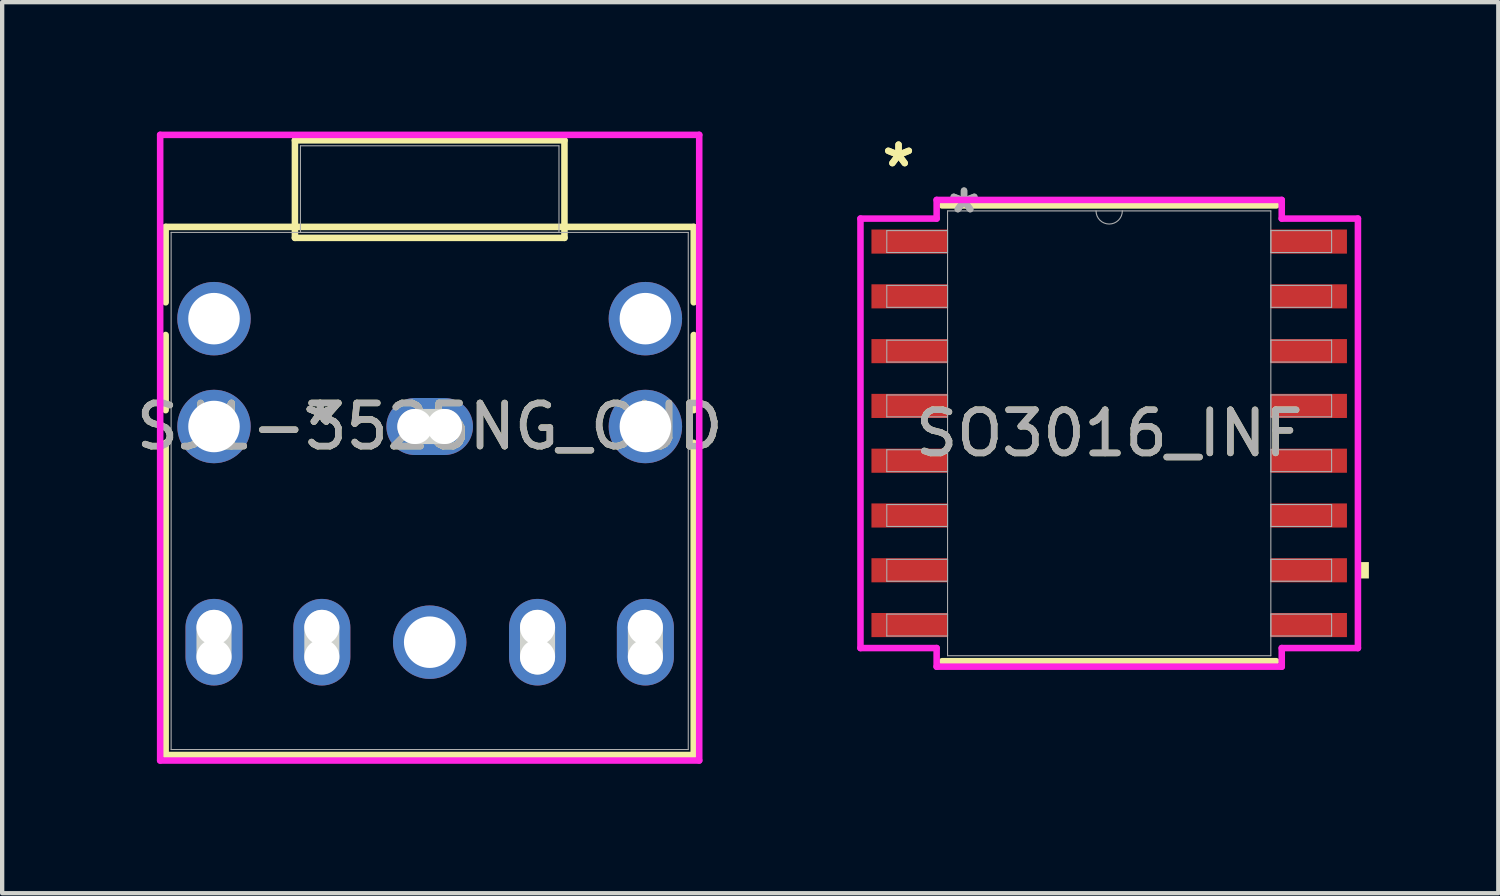
<source format=kicad_pcb>
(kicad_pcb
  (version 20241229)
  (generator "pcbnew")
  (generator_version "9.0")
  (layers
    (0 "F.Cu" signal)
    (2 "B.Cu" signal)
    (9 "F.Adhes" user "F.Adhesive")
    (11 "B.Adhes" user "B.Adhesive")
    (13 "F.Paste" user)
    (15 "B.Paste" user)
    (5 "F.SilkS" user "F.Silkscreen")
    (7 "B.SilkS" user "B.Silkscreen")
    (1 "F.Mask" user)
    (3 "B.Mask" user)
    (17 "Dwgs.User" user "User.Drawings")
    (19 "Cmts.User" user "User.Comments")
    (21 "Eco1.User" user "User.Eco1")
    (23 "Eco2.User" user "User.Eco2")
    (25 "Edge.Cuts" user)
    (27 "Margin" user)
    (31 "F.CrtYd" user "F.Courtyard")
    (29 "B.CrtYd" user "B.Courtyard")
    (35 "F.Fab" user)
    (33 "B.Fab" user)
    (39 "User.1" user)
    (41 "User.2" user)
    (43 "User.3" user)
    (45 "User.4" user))
  (footprint "SO3016_INF"
    (layer "F.Cu")
    (at 22.663 6.995)
    (property "Reference" "SO3016_INF" (at 0 0 0) (unlocked yes) (layer "F.SilkS") (effects (font (size 1 1) (thickness 0.15))))
    (attr smd)
    (fp_line (start -3.873 5.283) (end 3.873 5.283) (stroke (width 0.152) (type solid)) (layer "F.SilkS"))
    (fp_line (start 3.873 -5.283) (end -3.873 -5.283) (stroke (width 0.152) (type solid)) (layer "F.SilkS"))
    (fp_poly (pts (xy 6.02 2.985) (xy 6.02 3.365) (xy 5.766 3.365) (xy 5.766 2.985)) (stroke (width 0) (type solid)) (fill yes) (layer "F.SilkS"))
    (fp_line (start -5.766 -4.978) (end -4 -4.978) (stroke (width 0.152) (type solid)) (layer "F.CrtYd"))
    (fp_line (start -5.766 4.978) (end -5.766 -4.978) (stroke (width 0.152) (type solid)) (layer "F.CrtYd"))
    (fp_line (start -5.766 4.978) (end -4 4.978) (stroke (width 0.152) (type solid)) (layer "F.CrtYd"))
    (fp_line (start -4 -5.41) (end 4 -5.41) (stroke (width 0.152) (type solid)) (layer "F.CrtYd"))
    (fp_line (start -4 -4.978) (end -4 -5.41) (stroke (width 0.152) (type solid)) (layer "F.CrtYd"))
    (fp_line (start -4 5.41) (end -4 4.978) (stroke (width 0.152) (type solid)) (layer "F.CrtYd"))
    (fp_line (start 4 -5.41) (end 4 -4.978) (stroke (width 0.152) (type solid)) (layer "F.CrtYd"))
    (fp_line (start 4 4.978) (end 4 5.41) (stroke (width 0.152) (type solid)) (layer "F.CrtYd"))
    (fp_line (start 4 5.41) (end -4 5.41) (stroke (width 0.152) (type solid)) (layer "F.CrtYd"))
    (fp_line (start 5.766 -4.978) (end 4 -4.978) (stroke (width 0.152) (type solid)) (layer "F.CrtYd"))
    (fp_line (start 5.766 -4.978) (end 5.766 4.978) (stroke (width 0.152) (type solid)) (layer "F.CrtYd"))
    (fp_line (start 5.766 4.978) (end 4 4.978) (stroke (width 0.152) (type solid)) (layer "F.CrtYd"))
    (fp_line (start -5.156 -4.699) (end -5.156 -4.191) (stroke (width 0.025) (type solid)) (layer "F.Fab"))
    (fp_line (start -5.156 -4.191) (end -3.747 -4.191) (stroke (width 0.025) (type solid)) (layer "F.Fab"))
    (fp_line (start -5.156 -3.429) (end -5.156 -2.921) (stroke (width 0.025) (type solid)) (layer "F.Fab"))
    (fp_line (start -5.156 -2.921) (end -3.747 -2.921) (stroke (width 0.025) (type solid)) (layer "F.Fab"))
    (fp_line (start -5.156 -2.159) (end -5.156 -1.651) (stroke (width 0.025) (type solid)) (layer "F.Fab"))
    (fp_line (start -5.156 -1.651) (end -3.747 -1.651) (stroke (width 0.025) (type solid)) (layer "F.Fab"))
    (fp_line (start -5.156 -0.889) (end -5.156 -0.381) (stroke (width 0.025) (type solid)) (layer "F.Fab"))
    (fp_line (start -5.156 -0.381) (end -3.747 -0.381) (stroke (width 0.025) (type solid)) (layer "F.Fab"))
    (fp_line (start -5.156 0.381) (end -5.156 0.889) (stroke (width 0.025) (type solid)) (layer "F.Fab"))
    (fp_line (start -5.156 0.889) (end -3.747 0.889) (stroke (width 0.025) (type solid)) (layer "F.Fab"))
    (fp_line (start -5.156 1.651) (end -5.156 2.159) (stroke (width 0.025) (type solid)) (layer "F.Fab"))
    (fp_line (start -5.156 2.159) (end -3.747 2.159) (stroke (width 0.025) (type solid)) (layer "F.Fab"))
    (fp_line (start -5.156 2.921) (end -5.156 3.429) (stroke (width 0.025) (type solid)) (layer "F.Fab"))
    (fp_line (start -5.156 3.429) (end -3.747 3.429) (stroke (width 0.025) (type solid)) (layer "F.Fab"))
    (fp_line (start -5.156 4.191) (end -5.156 4.699) (stroke (width 0.025) (type solid)) (layer "F.Fab"))
    (fp_line (start -5.156 4.699) (end -3.747 4.699) (stroke (width 0.025) (type solid)) (layer "F.Fab"))
    (fp_line (start -3.747 -5.156) (end -3.747 5.156) (stroke (width 0.025) (type solid)) (layer "F.Fab"))
    (fp_line (start -3.747 -4.699) (end -5.156 -4.699) (stroke (width 0.025) (type solid)) (layer "F.Fab"))
    (fp_line (start -3.747 -4.191) (end -3.747 -4.699) (stroke (width 0.025) (type solid)) (layer "F.Fab"))
    (fp_line (start -3.747 -3.429) (end -5.156 -3.429) (stroke (width 0.025) (type solid)) (layer "F.Fab"))
    (fp_line (start -3.747 -2.921) (end -3.747 -3.429) (stroke (width 0.025) (type solid)) (layer "F.Fab"))
    (fp_line (start -3.747 -2.159) (end -5.156 -2.159) (stroke (width 0.025) (type solid)) (layer "F.Fab"))
    (fp_line (start -3.747 -1.651) (end -3.747 -2.159) (stroke (width 0.025) (type solid)) (layer "F.Fab"))
    (fp_line (start -3.747 -0.889) (end -5.156 -0.889) (stroke (width 0.025) (type solid)) (layer "F.Fab"))
    (fp_line (start -3.747 -0.381) (end -3.747 -0.889) (stroke (width 0.025) (type solid)) (layer "F.Fab"))
    (fp_line (start -3.747 0.381) (end -5.156 0.381) (stroke (width 0.025) (type solid)) (layer "F.Fab"))
    (fp_line (start -3.747 0.889) (end -3.747 0.381) (stroke (width 0.025) (type solid)) (layer "F.Fab"))
    (fp_line (start -3.747 1.651) (end -5.156 1.651) (stroke (width 0.025) (type solid)) (layer "F.Fab"))
    (fp_line (start -3.747 2.159) (end -3.747 1.651) (stroke (width 0.025) (type solid)) (layer "F.Fab"))
    (fp_line (start -3.747 2.921) (end -5.156 2.921) (stroke (width 0.025) (type solid)) (layer "F.Fab"))
    (fp_line (start -3.747 3.429) (end -3.747 2.921) (stroke (width 0.025) (type solid)) (layer "F.Fab"))
    (fp_line (start -3.747 4.191) (end -5.156 4.191) (stroke (width 0.025) (type solid)) (layer "F.Fab"))
    (fp_line (start -3.747 4.699) (end -3.747 4.191) (stroke (width 0.025) (type solid)) (layer "F.Fab"))
    (fp_line (start -3.747 5.156) (end 3.747 5.156) (stroke (width 0.025) (type solid)) (layer "F.Fab"))
    (fp_line (start 3.747 -5.156) (end -3.747 -5.156) (stroke (width 0.025) (type solid)) (layer "F.Fab"))
    (fp_line (start 3.747 -4.699) (end 3.747 -4.191) (stroke (width 0.025) (type solid)) (layer "F.Fab"))
    (fp_line (start 3.747 -4.191) (end 5.156 -4.191) (stroke (width 0.025) (type solid)) (layer "F.Fab"))
    (fp_line (start 3.747 -3.429) (end 3.747 -2.921) (stroke (width 0.025) (type solid)) (layer "F.Fab"))
    (fp_line (start 3.747 -2.921) (end 5.156 -2.921) (stroke (width 0.025) (type solid)) (layer "F.Fab"))
    (fp_line (start 3.747 -2.159) (end 3.747 -1.651) (stroke (width 0.025) (type solid)) (layer "F.Fab"))
    (fp_line (start 3.747 -1.651) (end 5.156 -1.651) (stroke (width 0.025) (type solid)) (layer "F.Fab"))
    (fp_line (start 3.747 -0.889) (end 3.747 -0.381) (stroke (width 0.025) (type solid)) (layer "F.Fab"))
    (fp_line (start 3.747 -0.381) (end 5.156 -0.381) (stroke (width 0.025) (type solid)) (layer "F.Fab"))
    (fp_line (start 3.747 0.381) (end 3.747 0.889) (stroke (width 0.025) (type solid)) (layer "F.Fab"))
    (fp_line (start 3.747 0.889) (end 5.156 0.889) (stroke (width 0.025) (type solid)) (layer "F.Fab"))
    (fp_line (start 3.747 1.651) (end 3.747 2.159) (stroke (width 0.025) (type solid)) (layer "F.Fab"))
    (fp_line (start 3.747 2.159) (end 5.156 2.159) (stroke (width 0.025) (type solid)) (layer "F.Fab"))
    (fp_line (start 3.747 2.921) (end 3.747 3.429) (stroke (width 0.025) (type solid)) (layer "F.Fab"))
    (fp_line (start 3.747 3.429) (end 5.156 3.429) (stroke (width 0.025) (type solid)) (layer "F.Fab"))
    (fp_line (start 3.747 4.191) (end 3.747 4.699) (stroke (width 0.025) (type solid)) (layer "F.Fab"))
    (fp_line (start 3.747 4.699) (end 5.156 4.699) (stroke (width 0.025) (type solid)) (layer "F.Fab"))
    (fp_line (start 3.747 5.156) (end 3.747 -5.156) (stroke (width 0.025) (type solid)) (layer "F.Fab"))
    (fp_line (start 5.156 -4.699) (end 3.747 -4.699) (stroke (width 0.025) (type solid)) (layer "F.Fab"))
    (fp_line (start 5.156 -4.191) (end 5.156 -4.699) (stroke (width 0.025) (type solid)) (layer "F.Fab"))
    (fp_line (start 5.156 -3.429) (end 3.747 -3.429) (stroke (width 0.025) (type solid)) (layer "F.Fab"))
    (fp_line (start 5.156 -2.921) (end 5.156 -3.429) (stroke (width 0.025) (type solid)) (layer "F.Fab"))
    (fp_line (start 5.156 -2.159) (end 3.747 -2.159) (stroke (width 0.025) (type solid)) (layer "F.Fab"))
    (fp_line (start 5.156 -1.651) (end 5.156 -2.159) (stroke (width 0.025) (type solid)) (layer "F.Fab"))
    (fp_line (start 5.156 -0.889) (end 3.747 -0.889) (stroke (width 0.025) (type solid)) (layer "F.Fab"))
    (fp_line (start 5.156 -0.381) (end 5.156 -0.889) (stroke (width 0.025) (type solid)) (layer "F.Fab"))
    (fp_line (start 5.156 0.381) (end 3.747 0.381) (stroke (width 0.025) (type solid)) (layer "F.Fab"))
    (fp_line (start 5.156 0.889) (end 5.156 0.381) (stroke (width 0.025) (type solid)) (layer "F.Fab"))
    (fp_line (start 5.156 1.651) (end 3.747 1.651) (stroke (width 0.025) (type solid)) (layer "F.Fab"))
    (fp_line (start 5.156 2.159) (end 5.156 1.651) (stroke (width 0.025) (type solid)) (layer "F.Fab"))
    (fp_line (start 5.156 2.921) (end 3.747 2.921) (stroke (width 0.025) (type solid)) (layer "F.Fab"))
    (fp_line (start 5.156 3.429) (end 5.156 2.921) (stroke (width 0.025) (type solid)) (layer "F.Fab"))
    (fp_line (start 5.156 4.191) (end 3.747 4.191) (stroke (width 0.025) (type solid)) (layer "F.Fab"))
    (fp_line (start 5.156 4.699) (end 5.156 4.191) (stroke (width 0.025) (type solid)) (layer "F.Fab"))
    (fp_arc (start 0.3048 -5.1562) (mid 0 -4.8514) (end -0.3048 -5.1562) (stroke (width 0.0254) (type solid)) (layer "F.Fab"))
    (fp_text user "*" (at -4.883 -6.147 0) (unlocked yes) (layer "F.SilkS") (effects (font (size 1 1) (thickness 0.15))))
    (fp_text user "*" (at -4.883 -6.147 0) (layer "F.SilkS") (effects (font (size 1 1) (thickness 0.15))))
    (fp_text user "*" (at -3.365 -5.08 0) (unlocked yes) (layer "F.Fab") (effects (font (size 1 1) (thickness 0.15))))
    (fp_text user "${REFERENCE}" (at 0 0 0) (unlocked yes) (layer "F.Fab") (effects (font (size 1 1) (thickness 0.15))))
    (fp_text user "*" (at -3.365 -5.08 0) (layer "F.Fab") (effects (font (size 1 1) (thickness 0.15))))
    (pad "1" smd rect (at -4.629 -4.445) (size 1.765 0.559) (layers "F.Cu" "F.Mask" "F.Paste"))
    (pad "2" smd rect (at -4.629 -3.175) (size 1.765 0.559) (layers "F.Cu" "F.Mask" "F.Paste"))
    (pad "3" smd rect (at -4.629 -1.905) (size 1.765 0.559) (layers "F.Cu" "F.Mask" "F.Paste"))
    (pad "4" smd rect (at -4.629 -0.635) (size 1.765 0.559) (layers "F.Cu" "F.Mask" "F.Paste"))
    (pad "5" smd rect (at -4.629 0.635) (size 1.765 0.559) (layers "F.Cu" "F.Mask" "F.Paste"))
    (pad "6" smd rect (at -4.629 1.905) (size 1.765 0.559) (layers "F.Cu" "F.Mask" "F.Paste"))
    (pad "7" smd rect (at -4.629 3.175) (size 1.765 0.559) (layers "F.Cu" "F.Mask" "F.Paste"))
    (pad "8" smd rect (at -4.629 4.445) (size 1.765 0.559) (layers "F.Cu" "F.Mask" "F.Paste"))
    (pad "9" smd rect (at 4.629 4.445) (size 1.765 0.559) (layers "F.Cu" "F.Mask" "F.Paste"))
    (pad "10" smd rect (at 4.629 3.175) (size 1.765 0.559) (layers "F.Cu" "F.Mask" "F.Paste"))
    (pad "11" smd rect (at 4.629 1.905) (size 1.765 0.559) (layers "F.Cu" "F.Mask" "F.Paste"))
    (pad "12" smd rect (at 4.629 0.635) (size 1.765 0.559) (layers "F.Cu" "F.Mask" "F.Paste"))
    (pad "13" smd rect (at 4.629 -0.635) (size 1.765 0.559) (layers "F.Cu" "F.Mask" "F.Paste"))
    (pad "14" smd rect (at 4.629 -1.905) (size 1.765 0.559) (layers "F.Cu" "F.Mask" "F.Paste"))
    (pad "15" smd rect (at 4.629 -3.175) (size 1.765 0.559) (layers "F.Cu" "F.Mask" "F.Paste"))
    (pad "16" smd rect (at 4.629 -4.445) (size 1.765 0.559) (layers "F.Cu" "F.Mask" "F.Paste")))
  (footprint "SJ1-3525NG_CUD"
    (layer "F.Cu")
    (at 6.911 6.837)
    (property "Reference" "SJ1-3525NG_CUD" (at 0 0 0) (unlocked yes) (layer "F.SilkS") (effects (font (size 1 1) (thickness 0.15))))
    (attr through_hole)
    (fp_line (start -6.121 -4.627) (end -6.121 -2.879) (stroke (width 0.152) (type solid)) (layer "F.SilkS"))
    (fp_line (start -6.121 -2.121) (end -6.121 -0.379) (stroke (width 0.152) (type solid)) (layer "F.SilkS"))
    (fp_line (start -6.121 0.379) (end -6.121 7.616) (stroke (width 0.152) (type solid)) (layer "F.SilkS"))
    (fp_line (start -6.121 7.616) (end 6.121 7.616) (stroke (width 0.152) (type solid)) (layer "F.SilkS"))
    (fp_line (start -3.124 -6.634) (end -3.124 -4.373) (stroke (width 0.152) (type solid)) (layer "F.SilkS"))
    (fp_line (start -3.124 -4.373) (end 3.124 -4.373) (stroke (width 0.152) (type solid)) (layer "F.SilkS"))
    (fp_line (start 3.124 -6.634) (end -3.124 -6.634) (stroke (width 0.152) (type solid)) (layer "F.SilkS"))
    (fp_line (start 3.124 -4.373) (end 3.124 -6.634) (stroke (width 0.152) (type solid)) (layer "F.SilkS"))
    (fp_line (start 6.121 -4.627) (end -6.121 -4.627) (stroke (width 0.152) (type solid)) (layer "F.SilkS"))
    (fp_line (start 6.121 -2.879) (end 6.121 -4.627) (stroke (width 0.152) (type solid)) (layer "F.SilkS"))
    (fp_line (start 6.121 -0.379) (end 6.121 -2.121) (stroke (width 0.152) (type solid)) (layer "F.SilkS"))
    (fp_line (start 6.121 7.616) (end 6.121 0.379) (stroke (width 0.152) (type solid)) (layer "F.SilkS"))
    (fp_line (start -5 5.343) (end -5 4.657) (stroke (width 0.813) (type solid)) (layer "Edge.Cuts"))
    (fp_line (start -2.5 5.343) (end -2.5 4.657) (stroke (width 0.813) (type solid)) (layer "Edge.Cuts"))
    (fp_line (start -0.343 0) (end 0.343 0) (stroke (width 0.813) (type solid)) (layer "Edge.Cuts"))
    (fp_line (start 2.5 5.343) (end 2.5 4.657) (stroke (width 0.813) (type solid)) (layer "Edge.Cuts"))
    (fp_line (start 5 5.343) (end 5 4.657) (stroke (width 0.813) (type solid)) (layer "Edge.Cuts"))
    (fp_line (start -6.248 -6.761) (end -6.248 7.743) (stroke (width 0.152) (type solid)) (layer "F.CrtYd"))
    (fp_line (start -6.248 7.743) (end 6.248 7.743) (stroke (width 0.152) (type solid)) (layer "F.CrtYd"))
    (fp_line (start 6.248 -6.761) (end -6.248 -6.761) (stroke (width 0.152) (type solid)) (layer "F.CrtYd"))
    (fp_line (start 6.248 7.743) (end 6.248 -6.761) (stroke (width 0.152) (type solid)) (layer "F.CrtYd"))
    (fp_line (start -5.994 -4.5) (end -5.994 7.489) (stroke (width 0.025) (type solid)) (layer "F.Fab"))
    (fp_line (start -5.994 7.489) (end 5.994 7.489) (stroke (width 0.025) (type solid)) (layer "F.Fab"))
    (fp_line (start -2.997 -6.507) (end -2.997 -4.5) (stroke (width 0.025) (type solid)) (layer "F.Fab"))
    (fp_line (start -2.997 -4.5) (end 2.997 -4.5) (stroke (width 0.025) (type solid)) (layer "F.Fab"))
    (fp_line (start 2.997 -6.507) (end -2.997 -6.507) (stroke (width 0.025) (type solid)) (layer "F.Fab"))
    (fp_line (start 2.997 -4.5) (end 2.997 -6.507) (stroke (width 0.025) (type solid)) (layer "F.Fab"))
    (fp_line (start 5.994 -4.5) (end -5.994 -4.5) (stroke (width 0.025) (type solid)) (layer "F.Fab"))
    (fp_line (start 5.994 7.489) (end 5.994 -4.5) (stroke (width 0.025) (type solid)) (layer "F.Fab"))
    (fp_text user "*" (at -2.54 0 0) (unlocked yes) (layer "F.SilkS") (effects (font (size 1 1) (thickness 0.15))))
    (fp_text user "*" (at -2.54 0 0) (layer "F.SilkS") (effects (font (size 1 1) (thickness 0.15))))
    (fp_text user "${REFERENCE}" (at 0 0 0) (unlocked yes) (layer "F.Fab") (effects (font (size 1 1) (thickness 0.15))))
    (fp_text user "*" (at -2.54 0 0) (layer "F.Fab") (effects (font (size 1 1) (thickness 0.15))))
    (fp_text user "*" (at -2.54 0 0) (unlocked yes) (layer "F.Fab") (effects (font (size 1 1) (thickness 0.15))))
    (pad "" np_thru_hole circle (at -5 4.657) (size 0.813 0.813) (drill 0.813) (layers "*.Cu" "*.Mask"))
    (pad "" np_thru_hole circle (at -5 5.343) (size 0.813 0.813) (drill 0.813) (layers "*.Cu" "*.Mask"))
    (pad "" np_thru_hole circle (at -2.5 4.657) (size 0.813 0.813) (drill 0.813) (layers "*.Cu" "*.Mask"))
    (pad "" np_thru_hole circle (at -2.5 5.343) (size 0.813 0.813) (drill 0.813) (layers "*.Cu" "*.Mask"))
    (pad "" np_thru_hole circle (at -0.343 0) (size 0.813 0.813) (drill 0.813) (layers "*.Cu" "*.Mask"))
    (pad "" np_thru_hole circle (at 0.343 0) (size 0.813 0.813) (drill 0.813) (layers "*.Cu" "*.Mask"))
    (pad "" np_thru_hole circle (at 2.5 4.657) (size 0.813 0.813) (drill 0.813) (layers "*.Cu" "*.Mask"))
    (pad "" np_thru_hole circle (at 2.5 5.343) (size 0.813 0.813) (drill 0.813) (layers "*.Cu" "*.Mask"))
    (pad "" np_thru_hole circle (at 5 4.657) (size 0.813 0.813) (drill 0.813) (layers "*.Cu" "*.Mask"))
    (pad "" np_thru_hole circle (at 5 5.343) (size 0.813 0.813) (drill 0.813) (layers "*.Cu" "*.Mask"))
    (pad "1" thru_hole oval (at 0 0) (size 2.007 1.321) (drill 0.025) (layers "*.Cu" "*.Mask"))
    (pad "2" thru_hole oval (at -5 5 90) (size 2.007 1.321) (drill 0.025) (layers "*.Cu" "*.Mask"))
    (pad "3" thru_hole oval (at 5 5 90) (size 2.007 1.321) (drill 0.025) (layers "*.Cu" "*.Mask"))
    (pad "4" thru_hole oval (at -2.5 5 90) (size 2.007 1.321) (drill 0.025) (layers "*.Cu" "*.Mask"))
    (pad "5" thru_hole oval (at 2.5 5 90) (size 2.007 1.321) (drill 0.025) (layers "*.Cu" "*.Mask"))
    (pad "6" thru_hole circle (at -5 -2.5) (size 1.702 1.702) (drill 1.194) (layers "*.Cu" "*.Mask"))
    (pad "7" thru_hole circle (at 5 -2.5) (size 1.702 1.702) (drill 1.194) (layers "*.Cu" "*.Mask"))
    (pad "8" thru_hole circle (at -5 0) (size 1.702 1.702) (drill 1.194) (layers "*.Cu" "*.Mask"))
    (pad "9" thru_hole circle (at 5 0) (size 1.702 1.702) (drill 1.194) (layers "*.Cu" "*.Mask"))
    (pad "10" thru_hole circle (at 0 5) (size 1.702 1.702) (drill 1.194) (layers "*.Cu" "*.Mask")))
  (gr_rect
    (start -3 -3)
    (end 31.683 17.656)
    (stroke (width 0.1) (type default))
    (fill no)
    (layer "Edge.Cuts")))
</source>
